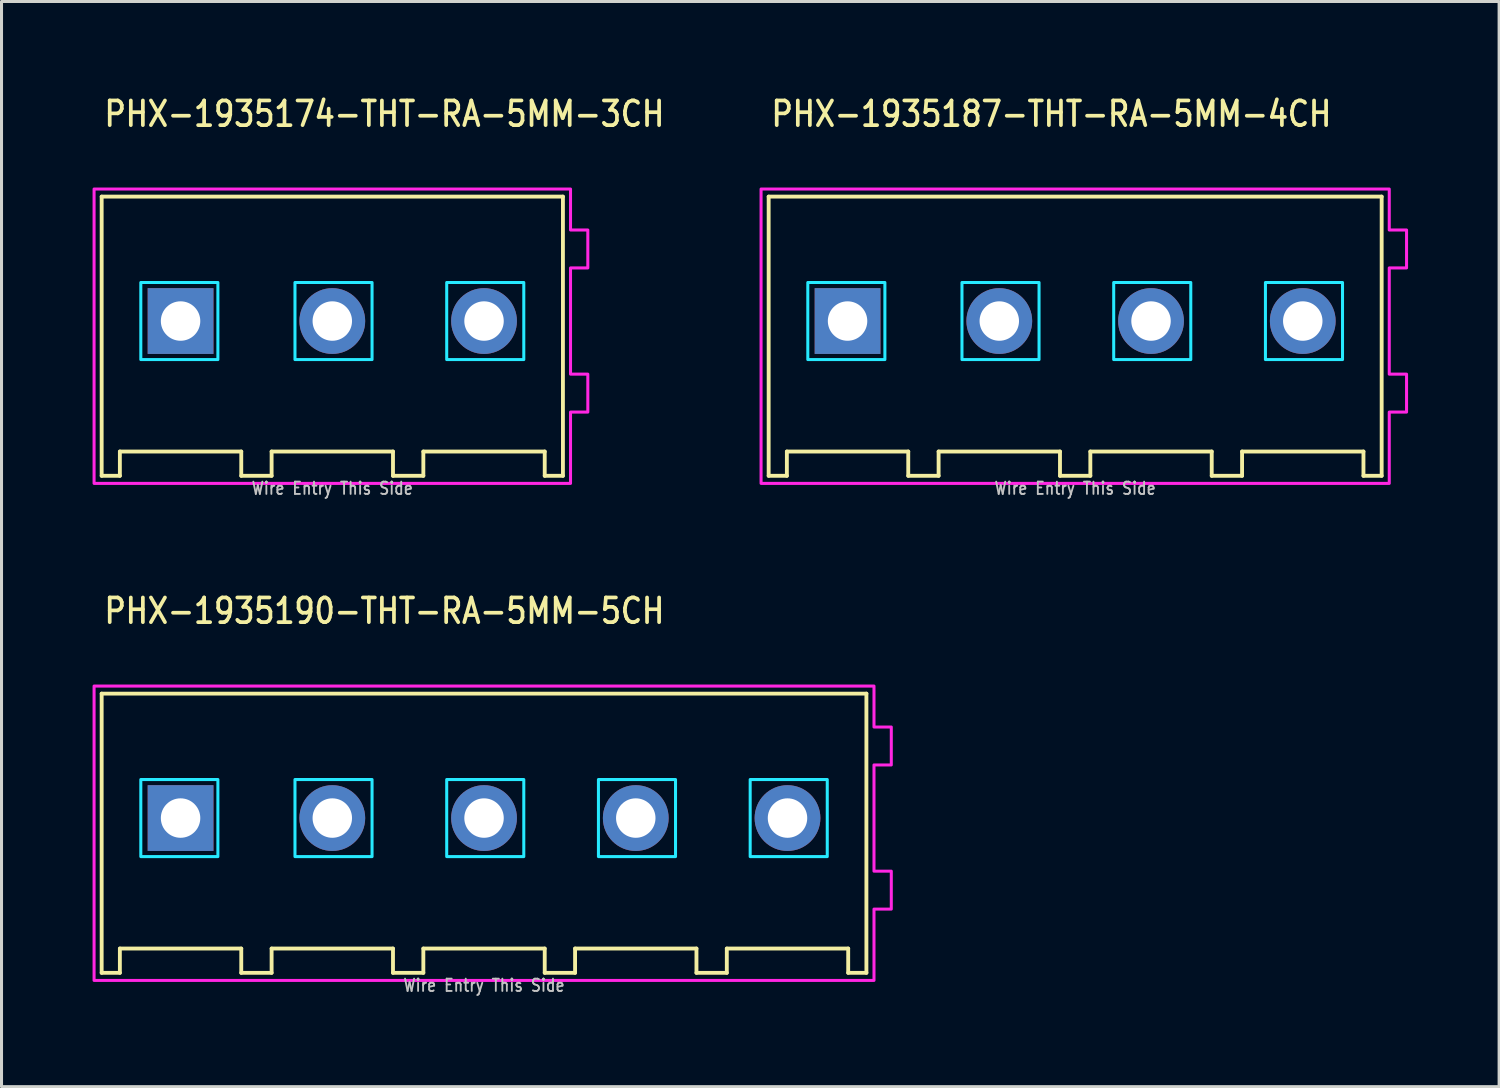
<source format=kicad_pcb>
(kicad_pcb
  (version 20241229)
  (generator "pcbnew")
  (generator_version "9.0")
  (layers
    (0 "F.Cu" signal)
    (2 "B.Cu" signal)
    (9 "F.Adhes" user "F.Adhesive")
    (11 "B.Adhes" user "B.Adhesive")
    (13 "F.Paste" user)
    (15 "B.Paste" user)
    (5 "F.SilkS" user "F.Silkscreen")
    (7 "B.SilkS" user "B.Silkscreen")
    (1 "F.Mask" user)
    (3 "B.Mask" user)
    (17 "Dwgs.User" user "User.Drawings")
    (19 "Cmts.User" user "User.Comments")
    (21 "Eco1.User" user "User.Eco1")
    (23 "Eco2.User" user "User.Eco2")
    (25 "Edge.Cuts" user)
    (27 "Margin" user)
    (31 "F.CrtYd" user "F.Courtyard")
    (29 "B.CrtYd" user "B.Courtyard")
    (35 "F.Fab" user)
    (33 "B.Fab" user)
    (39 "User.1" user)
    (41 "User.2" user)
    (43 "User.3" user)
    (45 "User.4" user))
  (footprint "PHX-1935187-THT-RA-5MM-4CH"
    (layer "F.Cu")
    (at 32.379 7.529)
    (property "Reference" "PHX-1935187-THT-RA-5MM-4CH" (at -10.08 -6.35 0) (unlocked yes) (layer "F.SilkS") (effects (font (size 0.813 0.695) (thickness 0.122)) (justify left bottom)))
    (fp_line (start -10.1 -4.1) (end -10.1 5.1) (stroke (width 0.127) (type solid)) (layer "F.SilkS"))
    (fp_line (start -10.1 5.1) (end -9.5 5.1) (stroke (width 0.127) (type solid)) (layer "F.SilkS"))
    (fp_line (start -9.5 4.3) (end -5.5 4.3) (stroke (width 0.127) (type solid)) (layer "F.SilkS"))
    (fp_line (start -9.5 5.1) (end -9.5 4.3) (stroke (width 0.127) (type solid)) (layer "F.SilkS"))
    (fp_line (start -5.5 4.3) (end -5.5 5.1) (stroke (width 0.127) (type solid)) (layer "F.SilkS"))
    (fp_line (start -5.5 5.1) (end -4.5 5.1) (stroke (width 0.127) (type solid)) (layer "F.SilkS"))
    (fp_line (start -4.5 4.3) (end -0.5 4.3) (stroke (width 0.127) (type solid)) (layer "F.SilkS"))
    (fp_line (start -4.5 5.1) (end -4.5 4.3) (stroke (width 0.127) (type solid)) (layer "F.SilkS"))
    (fp_line (start -0.5 4.3) (end -0.5 5.1) (stroke (width 0.127) (type solid)) (layer "F.SilkS"))
    (fp_line (start -0.5 5.1) (end 0.5 5.1) (stroke (width 0.127) (type solid)) (layer "F.SilkS"))
    (fp_line (start 0.5 4.3) (end 4.5 4.3) (stroke (width 0.127) (type solid)) (layer "F.SilkS"))
    (fp_line (start 0.5 5.1) (end 0.5 4.3) (stroke (width 0.127) (type solid)) (layer "F.SilkS"))
    (fp_line (start 4.5 4.3) (end 4.5 5.1) (stroke (width 0.127) (type solid)) (layer "F.SilkS"))
    (fp_line (start 4.5 5.1) (end 5.5 5.1) (stroke (width 0.127) (type solid)) (layer "F.SilkS"))
    (fp_line (start 5.5 4.3) (end 9.5 4.3) (stroke (width 0.127) (type solid)) (layer "F.SilkS"))
    (fp_line (start 5.5 5.1) (end 5.5 4.3) (stroke (width 0.127) (type solid)) (layer "F.SilkS"))
    (fp_line (start 9.5 4.3) (end 9.5 5.1) (stroke (width 0.127) (type solid)) (layer "F.SilkS"))
    (fp_line (start 9.5 5.1) (end 10.1 5.1) (stroke (width 0.127) (type solid)) (layer "F.SilkS"))
    (fp_line (start 10.1 -4.1) (end -10.1 -4.1) (stroke (width 0.127) (type solid)) (layer "F.SilkS"))
    (fp_line (start 10.1 5.1) (end 10.1 -4.1) (stroke (width 0.127) (type solid)) (layer "F.SilkS"))
    (fp_poly (pts (xy -8.81 -1.27) (xy -6.27 -1.27) (xy -6.27 1.27) (xy -8.81 1.27)) (stroke (width 0.1) (type solid)) (fill no) (layer "B.CrtYd"))
    (fp_poly (pts (xy -3.73 -1.27) (xy -1.19 -1.27) (xy -1.19 1.27) (xy -3.73 1.27)) (stroke (width 0.1) (type solid)) (fill no) (layer "B.CrtYd"))
    (fp_poly (pts (xy 1.27 -1.27) (xy 3.81 -1.27) (xy 3.81 1.27) (xy 1.27 1.27)) (stroke (width 0.1) (type solid)) (fill no) (layer "B.CrtYd"))
    (fp_poly (pts (xy 6.27 -1.27) (xy 8.81 -1.27) (xy 8.81 1.27) (xy 6.27 1.27)) (stroke (width 0.1) (type solid)) (fill no) (layer "B.CrtYd"))
    (fp_poly (pts (xy -10.35 -4.35) (xy -10.35 5.35) (xy 10.35 5.35) (xy 10.35 3) (xy 10.92 3) (xy 10.92 1.75) (xy 10.35 1.75) (xy 10.35 -1.75) (xy 10.92 -1.75) (xy 10.92 -3) (xy 10.35 -3) (xy 10.35 -4.35)) (stroke (width 0.1) (type solid)) (fill no) (layer "F.CrtYd"))
    (fp_text user "Wire Entry This Side" (at 0 5.75 0) (unlocked yes) (layer "Dwgs.User") (effects (font (size 0.406 0.347) (thickness 0.061)) (justify bottom)))
    (pad "1" thru_hole rect (at -7.5 0) (size 2.167 2.167) (drill 1.3) (layers "*.Cu" "*.Mask"))
    (pad "2" thru_hole oval (at -2.5 0) (size 2.167 2.167) (drill 1.3) (layers "*.Cu" "*.Mask"))
    (pad "3" thru_hole oval (at 2.5 0) (size 2.167 2.167) (drill 1.3) (layers "*.Cu" "*.Mask"))
    (pad "4" thru_hole oval (at 7.5 0) (size 2.167 2.167) (drill 1.3) (layers "*.Cu" "*.Mask")))
  (footprint "PHX-1935190-THT-RA-5MM-5CH"
    (layer "F.Cu")
    (at 12.9 23.907)
    (property "Reference" "PHX-1935190-THT-RA-5MM-5CH" (at -12.58 -6.35 0) (unlocked yes) (layer "F.SilkS") (effects (font (size 0.813 0.695) (thickness 0.122)) (justify left bottom)))
    (fp_line (start -12.6 -4.1) (end -12.6 5.1) (stroke (width 0.127) (type solid)) (layer "F.SilkS"))
    (fp_line (start -12.6 5.1) (end -12 5.1) (stroke (width 0.127) (type solid)) (layer "F.SilkS"))
    (fp_line (start -12 4.3) (end -8 4.3) (stroke (width 0.127) (type solid)) (layer "F.SilkS"))
    (fp_line (start -12 5.1) (end -12 4.3) (stroke (width 0.127) (type solid)) (layer "F.SilkS"))
    (fp_line (start -8 4.3) (end -8 5.1) (stroke (width 0.127) (type solid)) (layer "F.SilkS"))
    (fp_line (start -8 5.1) (end -7 5.1) (stroke (width 0.127) (type solid)) (layer "F.SilkS"))
    (fp_line (start -7 4.3) (end -3 4.3) (stroke (width 0.127) (type solid)) (layer "F.SilkS"))
    (fp_line (start -7 5.1) (end -7 4.3) (stroke (width 0.127) (type solid)) (layer "F.SilkS"))
    (fp_line (start -3 4.3) (end -3 5.1) (stroke (width 0.127) (type solid)) (layer "F.SilkS"))
    (fp_line (start -3 5.1) (end -2 5.1) (stroke (width 0.127) (type solid)) (layer "F.SilkS"))
    (fp_line (start -2 4.3) (end 2 4.3) (stroke (width 0.127) (type solid)) (layer "F.SilkS"))
    (fp_line (start -2 5.1) (end -2 4.3) (stroke (width 0.127) (type solid)) (layer "F.SilkS"))
    (fp_line (start 2 4.3) (end 2 5.1) (stroke (width 0.127) (type solid)) (layer "F.SilkS"))
    (fp_line (start 2 5.1) (end 3 5.1) (stroke (width 0.127) (type solid)) (layer "F.SilkS"))
    (fp_line (start 3 4.3) (end 7 4.3) (stroke (width 0.127) (type solid)) (layer "F.SilkS"))
    (fp_line (start 3 5.1) (end 3 4.3) (stroke (width 0.127) (type solid)) (layer "F.SilkS"))
    (fp_line (start 7 4.3) (end 7 5.1) (stroke (width 0.127) (type solid)) (layer "F.SilkS"))
    (fp_line (start 7 5.1) (end 8 5.1) (stroke (width 0.127) (type solid)) (layer "F.SilkS"))
    (fp_line (start 8 4.3) (end 12 4.3) (stroke (width 0.127) (type solid)) (layer "F.SilkS"))
    (fp_line (start 8 5.1) (end 8 4.3) (stroke (width 0.127) (type solid)) (layer "F.SilkS"))
    (fp_line (start 12 4.3) (end 12 5.1) (stroke (width 0.127) (type solid)) (layer "F.SilkS"))
    (fp_line (start 12 5.1) (end 12.6 5.1) (stroke (width 0.127) (type solid)) (layer "F.SilkS"))
    (fp_line (start 12.6 -4.1) (end -12.6 -4.1) (stroke (width 0.127) (type solid)) (layer "F.SilkS"))
    (fp_line (start 12.6 5.1) (end 12.6 -4.1) (stroke (width 0.127) (type solid)) (layer "F.SilkS"))
    (fp_poly (pts (xy -11.31 -1.27) (xy -8.77 -1.27) (xy -8.77 1.27) (xy -11.31 1.27)) (stroke (width 0.1) (type solid)) (fill no) (layer "B.CrtYd"))
    (fp_poly (pts (xy -6.23 -1.27) (xy -3.69 -1.27) (xy -3.69 1.27) (xy -6.23 1.27)) (stroke (width 0.1) (type solid)) (fill no) (layer "B.CrtYd"))
    (fp_poly (pts (xy -1.23 -1.27) (xy 1.31 -1.27) (xy 1.31 1.27) (xy -1.23 1.27)) (stroke (width 0.1) (type solid)) (fill no) (layer "B.CrtYd"))
    (fp_poly (pts (xy 3.77 -1.27) (xy 6.31 -1.27) (xy 6.31 1.27) (xy 3.77 1.27)) (stroke (width 0.1) (type solid)) (fill no) (layer "B.CrtYd"))
    (fp_poly (pts (xy 8.77 -1.27) (xy 11.31 -1.27) (xy 11.31 1.27) (xy 8.77 1.27)) (stroke (width 0.1) (type solid)) (fill no) (layer "B.CrtYd"))
    (fp_poly (pts (xy -12.85 -4.35) (xy -12.85 5.35) (xy 12.85 5.35) (xy 12.85 3) (xy 13.42 3) (xy 13.42 1.75) (xy 12.85 1.75) (xy 12.85 -1.75) (xy 13.42 -1.75) (xy 13.42 -3) (xy 12.85 -3) (xy 12.85 -4.35)) (stroke (width 0.1) (type solid)) (fill no) (layer "F.CrtYd"))
    (fp_text user "Wire Entry This Side" (at 0 5.75 0) (unlocked yes) (layer "Dwgs.User") (effects (font (size 0.406 0.347) (thickness 0.061)) (justify bottom)))
    (pad "1" thru_hole rect (at -10 0) (size 2.167 2.167) (drill 1.3) (layers "*.Cu" "*.Mask"))
    (pad "2" thru_hole oval (at -5 0) (size 2.167 2.167) (drill 1.3) (layers "*.Cu" "*.Mask"))
    (pad "3" thru_hole oval (at 0 0) (size 2.167 2.167) (drill 1.3) (layers "*.Cu" "*.Mask"))
    (pad "4" thru_hole oval (at 5 0) (size 2.167 2.167) (drill 1.3) (layers "*.Cu" "*.Mask"))
    (pad "5" thru_hole oval (at 10 0) (size 2.167 2.167) (drill 1.3) (layers "*.Cu" "*.Mask")))
  (footprint "PHX-1935174-THT-RA-5MM-3CH"
    (layer "F.Cu")
    (at 7.9 7.529)
    (property "Reference" "PHX-1935174-THT-RA-5MM-3CH" (at -7.58 -6.35 0) (unlocked yes) (layer "F.SilkS") (effects (font (size 0.813 0.695) (thickness 0.122)) (justify left bottom)))
    (fp_line (start -7.6 -4.1) (end -7.6 5.1) (stroke (width 0.127) (type solid)) (layer "F.SilkS"))
    (fp_line (start -7.6 5.1) (end -7 5.1) (stroke (width 0.127) (type solid)) (layer "F.SilkS"))
    (fp_line (start -7 4.3) (end -3 4.3) (stroke (width 0.127) (type solid)) (layer "F.SilkS"))
    (fp_line (start -7 5.1) (end -7 4.3) (stroke (width 0.127) (type solid)) (layer "F.SilkS"))
    (fp_line (start -3 4.3) (end -3 5.1) (stroke (width 0.127) (type solid)) (layer "F.SilkS"))
    (fp_line (start -3 5.1) (end -2 5.1) (stroke (width 0.127) (type solid)) (layer "F.SilkS"))
    (fp_line (start -2 4.3) (end 2 4.3) (stroke (width 0.127) (type solid)) (layer "F.SilkS"))
    (fp_line (start -2 5.1) (end -2 4.3) (stroke (width 0.127) (type solid)) (layer "F.SilkS"))
    (fp_line (start 2 4.3) (end 2 5.1) (stroke (width 0.127) (type solid)) (layer "F.SilkS"))
    (fp_line (start 2 5.1) (end 3 5.1) (stroke (width 0.127) (type solid)) (layer "F.SilkS"))
    (fp_line (start 3 4.3) (end 7 4.3) (stroke (width 0.127) (type solid)) (layer "F.SilkS"))
    (fp_line (start 3 5.1) (end 3 4.3) (stroke (width 0.127) (type solid)) (layer "F.SilkS"))
    (fp_line (start 7 4.3) (end 7 5.1) (stroke (width 0.127) (type solid)) (layer "F.SilkS"))
    (fp_line (start 7 5.1) (end 7.6 5.1) (stroke (width 0.127) (type solid)) (layer "F.SilkS"))
    (fp_line (start 7.6 -4.1) (end -7.6 -4.1) (stroke (width 0.127) (type solid)) (layer "F.SilkS"))
    (fp_line (start 7.6 5.1) (end 7.6 -4.1) (stroke (width 0.127) (type solid)) (layer "F.SilkS"))
    (fp_poly (pts (xy -6.31 -1.27) (xy -3.77 -1.27) (xy -3.77 1.27) (xy -6.31 1.27)) (stroke (width 0.1) (type solid)) (fill no) (layer "B.CrtYd"))
    (fp_poly (pts (xy -1.23 -1.27) (xy 1.31 -1.27) (xy 1.31 1.27) (xy -1.23 1.27)) (stroke (width 0.1) (type solid)) (fill no) (layer "B.CrtYd"))
    (fp_poly (pts (xy 3.77 -1.27) (xy 6.31 -1.27) (xy 6.31 1.27) (xy 3.77 1.27)) (stroke (width 0.1) (type solid)) (fill no) (layer "B.CrtYd"))
    (fp_poly (pts (xy -7.85 -4.35) (xy -7.85 5.35) (xy 7.85 5.35) (xy 7.85 3) (xy 8.42 3) (xy 8.42 1.75) (xy 7.85 1.75) (xy 7.85 -1.75) (xy 8.42 -1.75) (xy 8.42 -3) (xy 7.85 -3) (xy 7.85 -4.35)) (stroke (width 0.1) (type solid)) (fill no) (layer "F.CrtYd"))
    (fp_text user "Wire Entry This Side" (at 0 5.75 0) (unlocked yes) (layer "Dwgs.User") (effects (font (size 0.406 0.347) (thickness 0.061)) (justify bottom)))
    (pad "1" thru_hole rect (at -5 0) (size 2.167 2.167) (drill 1.3) (layers "*.Cu" "*.Mask"))
    (pad "2" thru_hole oval (at 0 0) (size 2.167 2.167) (drill 1.3) (layers "*.Cu" "*.Mask"))
    (pad "3" thru_hole oval (at 5 0) (size 2.167 2.167) (drill 1.3) (layers "*.Cu" "*.Mask")))
  (gr_rect
    (start -3 -3)
    (end 46.349 32.757)
    (stroke (width 0.1) (type default))
    (fill no)
    (layer "Edge.Cuts")))
</source>
